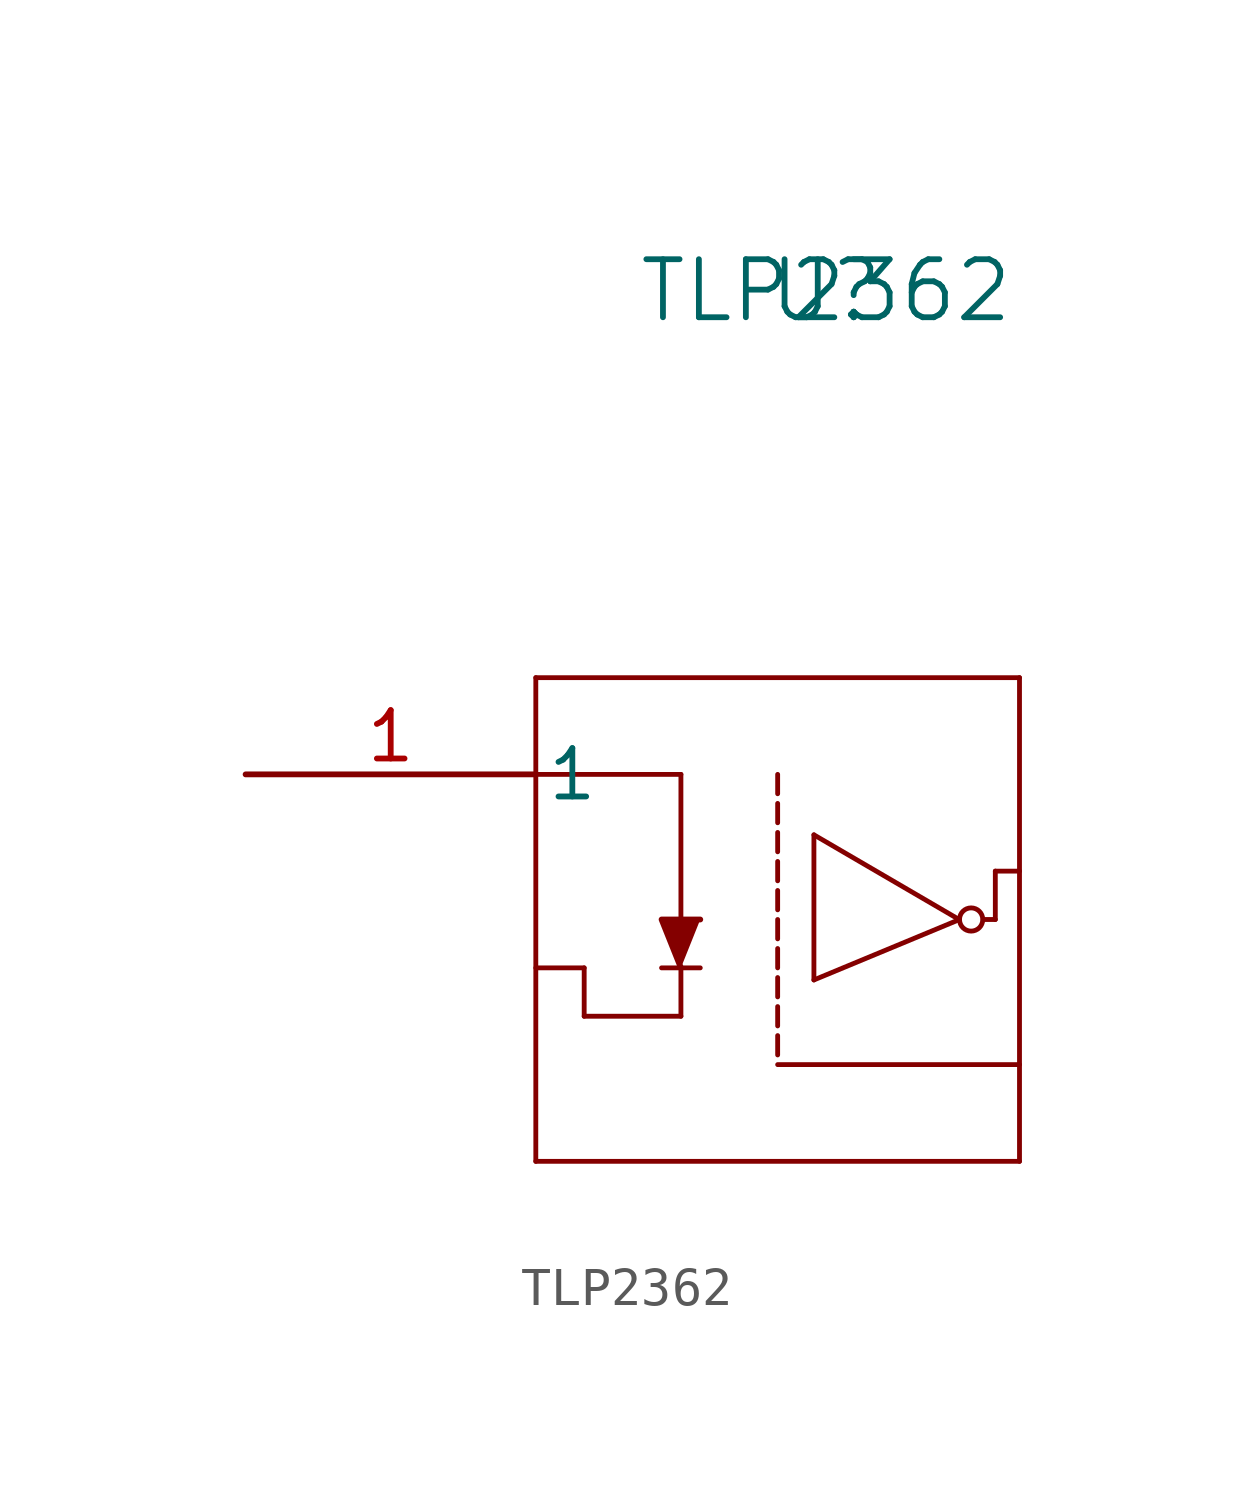
<source format=kicad_sym>
(kicad_symbol_lib
  (version 20211014)
  (generator kicad_symbol_editor)
  (symbol "TLP2362"
    (pin_names
      (offset 0.254))
    (property "Reference" "U"
      (at 15.24 12.7 0)
      (effects (font (size 1.524 1.524))))
    (property "Value" "TLP2362"
      (at 15.24 12.7 0)
      (effects (font (size 1.524 1.524))))
    (symbol "TLP2362_0_1"
      (polyline (pts (xy 20.32 -2.54) (xy 19.685 -2.54)) (stroke (width 0.127) (type default) (color 0 0 0 0)) (fill (type none)))
      (circle (center 19.05 -3.81) (radius 0.305) (stroke (width 0.127) (type default) (color 0 0 0 0)) (fill (type none)))
      (polyline (pts (xy 7.62 2.54) (xy 7.62 -10.16)) (stroke (width 0.127) (type default) (color 0 0 0 0)) (fill (type none)))
      (polyline (pts (xy 18.733 -3.81) (xy 14.922 -1.587)) (stroke (width 0.127) (type default) (color 0 0 0 0)) (fill (type none)))
      (polyline (pts (xy 7.62 -10.16) (xy 20.32 -10.16)) (stroke (width 0.127) (type default) (color 0 0 0 0)) (fill (type none)))
      (polyline (pts (xy 14.922 -1.587) (xy 14.922 -5.397)) (stroke (width 0.127) (type default) (color 0 0 0 0)) (fill (type none)))
      (polyline (pts (xy 14.922 -5.397) (xy 18.745 -3.81)) (stroke (width 0.127) (type default) (color 0 0 0 0)) (fill (type none)))
      (polyline (pts (xy 19.685 -2.54) (xy 19.685 -3.81)) (stroke (width 0.127) (type default) (color 0 0 0 0)) (fill (type none)))
      (polyline (pts (xy 20.32 -10.16) (xy 20.32 2.54)) (stroke (width 0.127) (type default) (color 0 0 0 0)) (fill (type none)))
      (polyline (pts (xy 19.685 -3.81) (xy 19.367 -3.81)) (stroke (width 0.127) (type default) (color 0 0 0 0)) (fill (type none)))
      (polyline (pts (xy 20.32 2.54) (xy 7.62 2.54)) (stroke (width 0.127) (type default) (color 0 0 0 0)) (fill (type none)))
      (polyline (pts (xy 7.62 0) (xy 11.43 0)) (stroke (width 0.127) (type default) (color 0 0 0 0)) (fill (type none)))
      (polyline (pts (xy 7.62 -5.08) (xy 8.89 -5.08)) (stroke (width 0.127) (type default) (color 0 0 0 0)) (fill (type none)))
      (polyline (pts (xy 8.89 -5.08) (xy 8.89 -6.35)) (stroke (width 0.127) (type default) (color 0 0 0 0)) (fill (type none)))
      (polyline (pts (xy 13.97 -7.62) (xy 20.32 -7.62)) (stroke (width 0.127) (type default) (color 0 0 0 0)) (fill (type none)))
      (polyline (pts (xy 11.43 0) (xy 11.43 -3.81)) (stroke (width 0.127) (type default) (color 0 0 0 0)) (fill (type none)))
      (polyline (pts (xy 8.89 -6.35) (xy 11.43 -6.35)) (stroke (width 0.127) (type default) (color 0 0 0 0)) (fill (type none)))
      (polyline (pts (xy 11.43 -6.35) (xy 11.43 -5.08)) (stroke (width 0.127) (type default) (color 0 0 0 0)) (fill (type none)))
      (polyline (pts (xy 10.922 -5.08) (xy 11.938 -5.08)) (stroke (width 0.127) (type default) (color 0 0 0 0)) (fill (type none)))
      (polyline (pts (xy 13.97 -7.366) (xy 13.97 -6.858)) (stroke (width 0.127) (type default) (color 0 0 0 0)) (fill (type none)))
      (polyline (pts (xy 13.97 -6.604) (xy 13.97 -6.096)) (stroke (width 0.127) (type default) (color 0 0 0 0)) (fill (type none)))
      (polyline (pts (xy 11.43 -5.08) (xy 10.922 -3.81) (xy 11.938 -3.81)) (stroke (width 0) (type default) (color 0 0 0 0)) (fill (type outline)))
      (polyline (pts (xy 13.97 -5.842) (xy 13.97 -5.334)) (stroke (width 0.127) (type default) (color 0 0 0 0)) (fill (type none)))
      (polyline (pts (xy 13.97 -5.08) (xy 13.97 -4.572)) (stroke (width 0.127) (type default) (color 0 0 0 0)) (fill (type none)))
      (polyline (pts (xy 13.97 -4.318) (xy 13.97 -3.81)) (stroke (width 0.127) (type default) (color 0 0 0 0)) (fill (type none)))
      (polyline (pts (xy 13.97 -3.556) (xy 13.97 -3.048)) (stroke (width 0.127) (type default) (color 0 0 0 0)) (fill (type none)))
      (polyline (pts (xy 13.97 -2.794) (xy 13.97 -2.286)) (stroke (width 0.127) (type default) (color 0 0 0 0)) (fill (type none)))
      (polyline (pts (xy 13.97 -2.032) (xy 13.97 -1.524)) (stroke (width 0.127) (type default) (color 0 0 0 0)) (fill (type none)))
      (polyline (pts (xy 13.97 -1.27) (xy 13.97 -0.762)) (stroke (width 0.127) (type default) (color 0 0 0 0)) (fill (type none)))
      (polyline (pts (xy 13.97 -0.508) (xy 13.97 0)) (stroke (width 0.127) (type default) (color 0 0 0 0)) (fill (type none)))
      (pin unspecified line (at 0 0 0) (length 7.62) (name "1" (effects (font (size 1.27 1.27)))) (number "1" (effects (font (size 1.27 1.27))))))))
</source>
